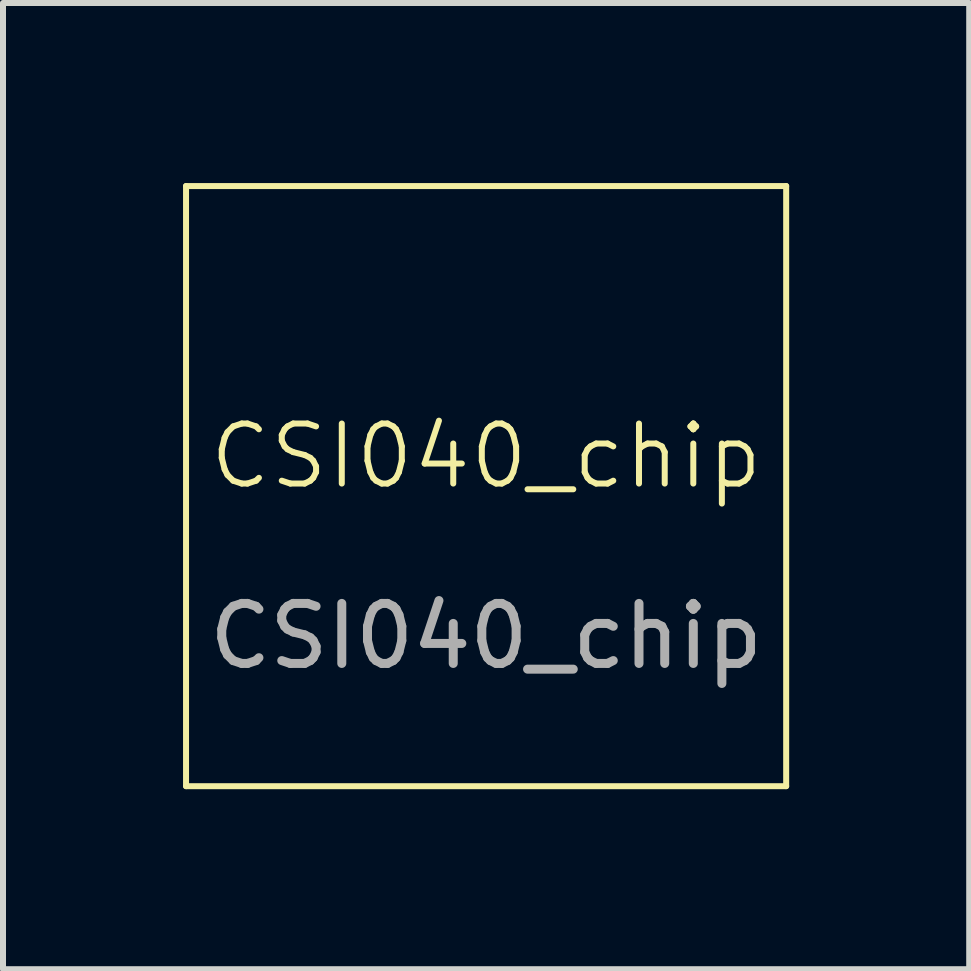
<source format=kicad_pcb>
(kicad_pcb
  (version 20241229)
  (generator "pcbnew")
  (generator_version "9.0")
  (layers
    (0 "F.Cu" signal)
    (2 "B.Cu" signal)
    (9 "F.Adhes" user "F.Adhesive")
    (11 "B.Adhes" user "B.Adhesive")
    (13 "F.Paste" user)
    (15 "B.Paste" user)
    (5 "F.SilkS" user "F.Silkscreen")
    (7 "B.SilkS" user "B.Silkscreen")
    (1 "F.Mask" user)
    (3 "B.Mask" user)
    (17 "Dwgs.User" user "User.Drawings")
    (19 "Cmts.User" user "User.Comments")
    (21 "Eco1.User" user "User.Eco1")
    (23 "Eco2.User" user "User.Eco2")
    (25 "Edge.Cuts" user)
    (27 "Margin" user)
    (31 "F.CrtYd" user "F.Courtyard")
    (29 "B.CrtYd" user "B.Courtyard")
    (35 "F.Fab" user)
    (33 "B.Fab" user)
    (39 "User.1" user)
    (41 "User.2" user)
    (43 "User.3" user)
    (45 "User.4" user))
  (footprint "CSI040_chip"
    (layer "F.Cu")
    (at 5.05 5.05)
    (property "Reference" "CSI040_chip" (at 0 -0.5 0) (unlocked yes) (layer "F.SilkS") (effects (font (size 1 1) (thickness 0.1))))
    (attr smd)
    (fp_line (start -5 -5) (end 5 -5) (stroke (width 0.1) (type default)) (layer "F.SilkS"))
    (fp_line (start -5 5) (end -5 -5) (stroke (width 0.1) (type default)) (layer "F.SilkS"))
    (fp_line (start 5 -5) (end 5 5) (stroke (width 0.1) (type default)) (layer "F.SilkS"))
    (fp_line (start 5 5) (end -5 5) (stroke (width 0.1) (type default)) (layer "F.SilkS"))
    (fp_text user "${REFERENCE}" (at 0 2.5 0) (unlocked yes) (layer "F.Fab") (effects (font (size 1 1) (thickness 0.15))))
    (zone (net_name "") (layer "F.SilkS") (hatch edge 0.5) (connect_pads) (min_thickness 0.25) (filled_areas_thickness no) (keepout (tracks allowed) (vias allowed) (pads not_allowed) (copperpour allowed) (footprints not_allowed)) (placement (enabled no)) (fill) (polygon (pts (xy 0.05 0.05) (xy 10.05 0.05) (xy 10.05 10.05) (xy 0.05 10.05)))))
  (gr_rect
    (start -3 -3)
    (end 13.1 13.1)
    (stroke (width 0.1) (type default))
    (fill no)
    (layer "Edge.Cuts")))
</source>
